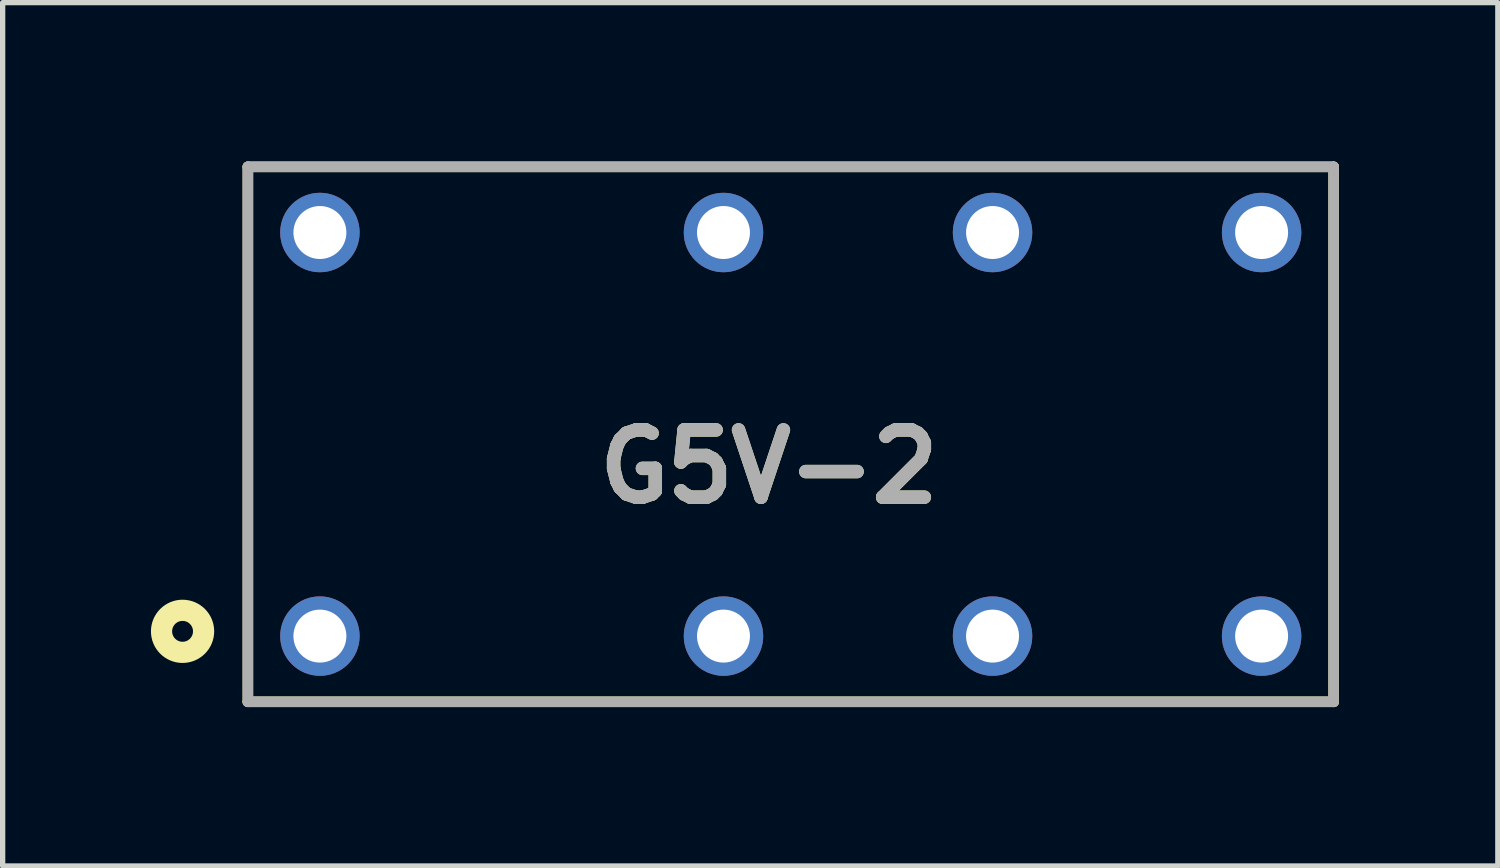
<source format=kicad_pcb>
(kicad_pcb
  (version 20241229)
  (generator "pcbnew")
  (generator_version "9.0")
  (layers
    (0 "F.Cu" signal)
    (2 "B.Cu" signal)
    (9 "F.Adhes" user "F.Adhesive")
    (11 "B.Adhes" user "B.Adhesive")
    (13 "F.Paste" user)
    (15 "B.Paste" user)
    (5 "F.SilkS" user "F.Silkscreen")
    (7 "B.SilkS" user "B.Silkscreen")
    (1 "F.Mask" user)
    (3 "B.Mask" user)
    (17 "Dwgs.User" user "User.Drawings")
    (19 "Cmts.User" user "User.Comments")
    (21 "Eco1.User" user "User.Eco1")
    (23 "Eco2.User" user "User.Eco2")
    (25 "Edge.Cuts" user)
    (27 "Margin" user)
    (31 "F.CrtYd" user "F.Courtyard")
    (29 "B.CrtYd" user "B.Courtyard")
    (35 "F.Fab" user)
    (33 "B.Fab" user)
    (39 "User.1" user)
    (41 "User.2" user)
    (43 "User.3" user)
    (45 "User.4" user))
  (footprint "G5V-2"
    (layer "F.Cu")
    (at 11.88 5.15)
    (property "Reference" "G5V-2" (at -0.411 0.613 0) (layer "F.SilkS") (effects (font (size 1.27 1.27) (thickness 0.254))))
    (attr through_hole)
    (fp_line (start -10.25 -5.05) (end 10.25 -5.05) (stroke (width 0.2) (type solid)) (layer "F.SilkS"))
    (fp_line (start -10.25 5.05) (end -10.25 -5.05) (stroke (width 0.2) (type solid)) (layer "F.SilkS"))
    (fp_line (start 10.25 -5.05) (end 10.25 5.05) (stroke (width 0.2) (type solid)) (layer "F.SilkS"))
    (fp_line (start 10.25 5.05) (end -10.25 5.05) (stroke (width 0.2) (type solid)) (layer "F.SilkS"))
    (fp_circle (center -11.483 3.72) (end -11.483 3.917) (stroke (width 0.4) (type solid)) (fill no) (layer "F.SilkS"))
    (fp_line (start -10.25 -5.05) (end 10.25 -5.05) (stroke (width 0.2) (type solid)) (layer "F.Fab"))
    (fp_line (start -10.25 5.05) (end -10.25 -5.05) (stroke (width 0.2) (type solid)) (layer "F.Fab"))
    (fp_line (start 10.25 -5.05) (end 10.25 5.05) (stroke (width 0.2) (type solid)) (layer "F.Fab"))
    (fp_line (start 10.25 5.05) (end -10.25 5.05) (stroke (width 0.2) (type solid)) (layer "F.Fab"))
    (fp_text user "${REFERENCE}" (at -0.411 0.613 0) (layer "F.Fab") (effects (font (size 1.27 1.27) (thickness 0.254))))
    (pad "1" thru_hole circle (at -8.89 3.81) (size 1.5 1.5) (drill 1) (layers "*.Cu" "*.Mask"))
    (pad "2" thru_hole circle (at -1.27 3.81) (size 1.5 1.5) (drill 1) (layers "*.Cu" "*.Mask"))
    (pad "3" thru_hole circle (at 3.81 3.81) (size 1.5 1.5) (drill 1) (layers "*.Cu" "*.Mask"))
    (pad "4" thru_hole circle (at 8.89 3.81) (size 1.5 1.5) (drill 1) (layers "*.Cu" "*.Mask"))
    (pad "5" thru_hole circle (at 8.89 -3.81) (size 1.5 1.5) (drill 1) (layers "*.Cu" "*.Mask"))
    (pad "6" thru_hole circle (at 3.81 -3.81) (size 1.5 1.5) (drill 1) (layers "*.Cu" "*.Mask"))
    (pad "7" thru_hole circle (at -1.27 -3.81) (size 1.5 1.5) (drill 1) (layers "*.Cu" "*.Mask"))
    (pad "8" thru_hole circle (at -8.89 -3.81) (size 1.5 1.5) (drill 1) (layers "*.Cu" "*.Mask")))
  (gr_rect
    (start -3 -3)
    (end 25.23 13.3)
    (stroke (width 0.1) (type default))
    (fill no)
    (layer "Edge.Cuts")))
</source>
